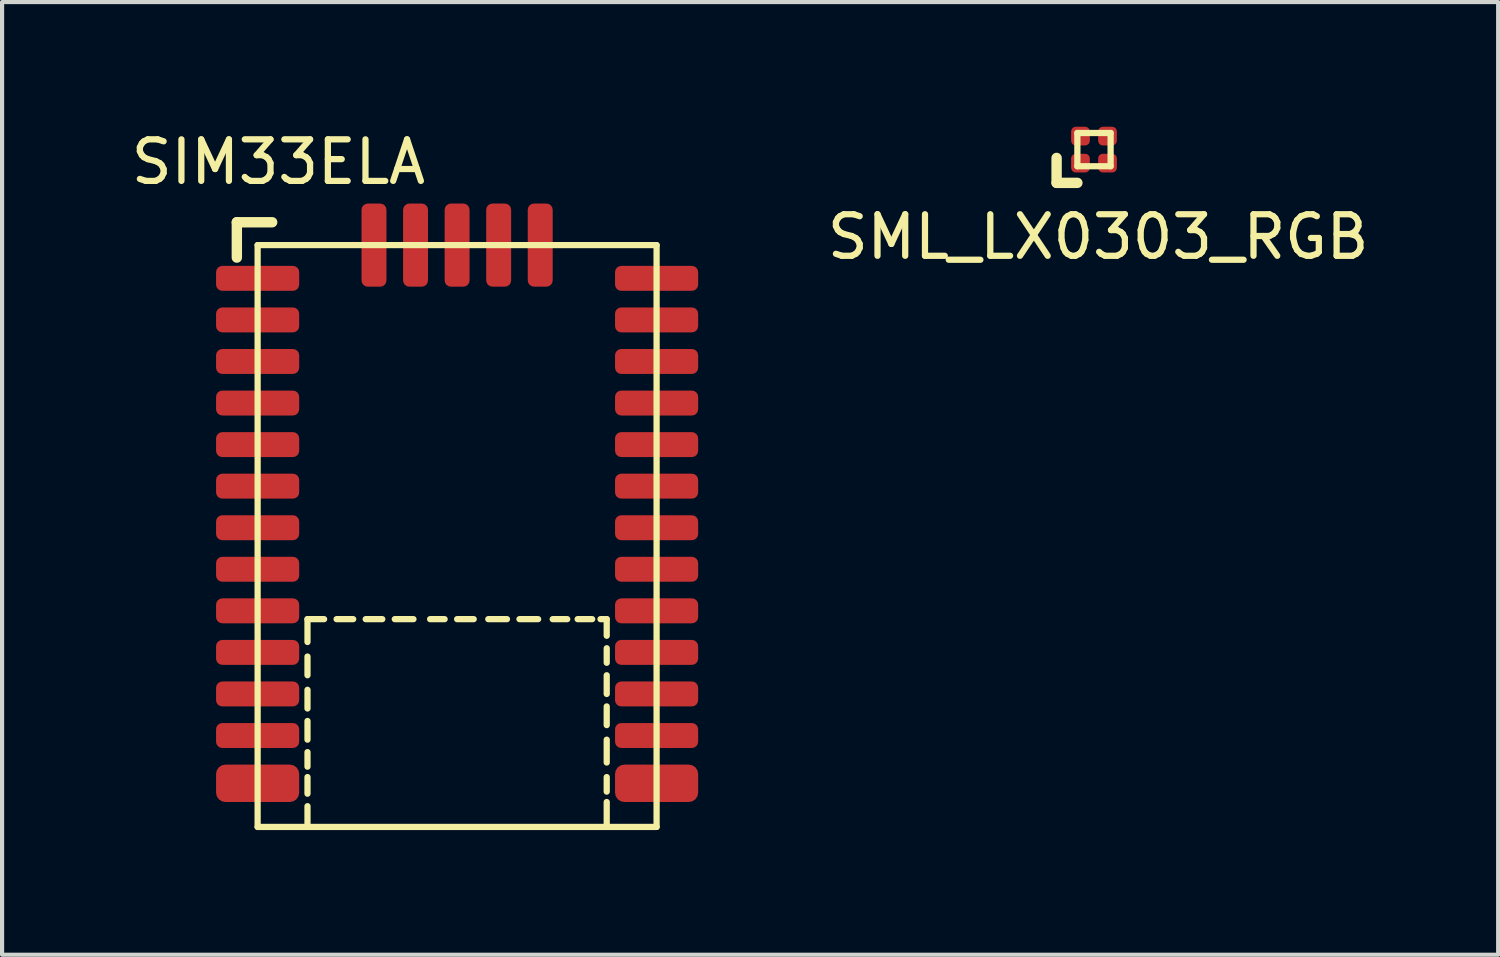
<source format=kicad_pcb>
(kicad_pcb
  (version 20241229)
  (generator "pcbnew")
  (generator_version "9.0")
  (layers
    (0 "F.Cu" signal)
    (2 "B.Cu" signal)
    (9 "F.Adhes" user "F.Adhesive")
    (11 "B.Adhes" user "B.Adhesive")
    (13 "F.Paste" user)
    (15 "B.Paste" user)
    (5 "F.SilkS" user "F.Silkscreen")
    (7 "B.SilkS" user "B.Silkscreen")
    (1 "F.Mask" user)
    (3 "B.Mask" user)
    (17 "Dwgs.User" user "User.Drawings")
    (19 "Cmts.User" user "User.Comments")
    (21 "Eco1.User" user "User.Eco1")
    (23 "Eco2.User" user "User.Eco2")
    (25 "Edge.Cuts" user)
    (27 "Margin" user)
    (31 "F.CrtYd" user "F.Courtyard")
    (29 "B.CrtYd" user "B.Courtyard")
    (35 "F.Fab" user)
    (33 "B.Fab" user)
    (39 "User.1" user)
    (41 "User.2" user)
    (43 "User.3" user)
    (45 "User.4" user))
  (footprint "SIM33ELA"
    (layer "F.Cu")
    (at 7.949 9.848)
    (property "Reference" "SIM33ELA" (at -4.3 -9 0) (layer "F.SilkS") (effects (font (size 1 1) (thickness 0.15))))
    (attr through_hole)
    (fp_line (start -5.3 -7.55) (end -4.45 -7.55) (stroke (width 0.25) (type solid)) (layer "F.SilkS"))
    (fp_line (start -5.3 -6.7) (end -5.3 -7.55) (stroke (width 0.25) (type solid)) (layer "F.SilkS"))
    (fp_line (start -4.8 -7) (end -4.8 7) (stroke (width 0.15) (type solid)) (layer "F.SilkS"))
    (fp_line (start -4.8 7) (end 4.8 7) (stroke (width 0.15) (type solid)) (layer "F.SilkS"))
    (fp_line (start -3.6 2) (end -3.2 2) (stroke (width 0.15) (type solid)) (layer "F.SilkS"))
    (fp_line (start -3.6 2.55) (end -3.6 2) (stroke (width 0.15) (type solid)) (layer "F.SilkS"))
    (fp_line (start -3.6 3.35) (end -3.6 2.9) (stroke (width 0.15) (type solid)) (layer "F.SilkS"))
    (fp_line (start -3.6 4.15) (end -3.6 3.7) (stroke (width 0.15) (type solid)) (layer "F.SilkS"))
    (fp_line (start -3.6 4.9) (end -3.6 4.45) (stroke (width 0.15) (type solid)) (layer "F.SilkS"))
    (fp_line (start -3.6 5.55) (end -3.6 5.2) (stroke (width 0.15) (type solid)) (layer "F.SilkS"))
    (fp_line (start -3.6 6.2) (end -3.6 5.8) (stroke (width 0.15) (type solid)) (layer "F.SilkS"))
    (fp_line (start -3.6 7) (end -3.6 6.5) (stroke (width 0.15) (type solid)) (layer "F.SilkS"))
    (fp_line (start -2.9 2) (end -2.5 2) (stroke (width 0.15) (type solid)) (layer "F.SilkS"))
    (fp_line (start -2.2 2) (end -1.8 2) (stroke (width 0.15) (type solid)) (layer "F.SilkS"))
    (fp_line (start -1.5 2) (end -1.05 2) (stroke (width 0.15) (type solid)) (layer "F.SilkS"))
    (fp_line (start -0.65 2) (end -0.3 2) (stroke (width 0.15) (type solid)) (layer "F.SilkS"))
    (fp_line (start 0 2) (end 0.4 2) (stroke (width 0.15) (type solid)) (layer "F.SilkS"))
    (fp_line (start 0.75 2) (end 1.2 2) (stroke (width 0.15) (type solid)) (layer "F.SilkS"))
    (fp_line (start 1.5 2) (end 1.95 2) (stroke (width 0.15) (type solid)) (layer "F.SilkS"))
    (fp_line (start 2.3 2) (end 2.65 2) (stroke (width 0.15) (type solid)) (layer "F.SilkS"))
    (fp_line (start 2.9 2) (end 3.25 2) (stroke (width 0.15) (type solid)) (layer "F.SilkS"))
    (fp_line (start 3.45 2) (end 3.6 2) (stroke (width 0.15) (type solid)) (layer "F.SilkS"))
    (fp_line (start 3.6 2) (end 3.6 2.4) (stroke (width 0.15) (type solid)) (layer "F.SilkS"))
    (fp_line (start 3.6 2.7) (end 3.6 3.05) (stroke (width 0.15) (type solid)) (layer "F.SilkS"))
    (fp_line (start 3.6 3.35) (end 3.6 3.8) (stroke (width 0.15) (type solid)) (layer "F.SilkS"))
    (fp_line (start 3.6 4.1) (end 3.6 4.55) (stroke (width 0.15) (type solid)) (layer "F.SilkS"))
    (fp_line (start 3.6 4.9) (end 3.6 5.45) (stroke (width 0.15) (type solid)) (layer "F.SilkS"))
    (fp_line (start 3.6 5.8) (end 3.6 6.15) (stroke (width 0.15) (type solid)) (layer "F.SilkS"))
    (fp_line (start 3.6 6.4) (end 3.6 7) (stroke (width 0.15) (type solid)) (layer "F.SilkS"))
    (fp_line (start 4.8 -7) (end -4.8 -7) (stroke (width 0.15) (type solid)) (layer "F.SilkS"))
    (fp_line (start 4.8 7) (end 4.8 -7) (stroke (width 0.15) (type solid)) (layer "F.SilkS"))
    (pad "1" smd roundrect (at -4.8 -6.2) (size 2 0.6) (layers "F.Cu" "F.Mask" "F.Paste") (roundrect_rratio 0.25))
    (pad "2" smd roundrect (at -4.8 -5.2) (size 2 0.6) (layers "F.Cu" "F.Mask" "F.Paste") (roundrect_rratio 0.25))
    (pad "3" smd roundrect (at -4.8 -4.2) (size 2 0.6) (layers "F.Cu" "F.Mask" "F.Paste") (roundrect_rratio 0.25))
    (pad "4" smd roundrect (at -4.8 -3.2) (size 2 0.6) (layers "F.Cu" "F.Mask" "F.Paste") (roundrect_rratio 0.25))
    (pad "5" smd roundrect (at -4.8 -2.2) (size 2 0.6) (layers "F.Cu" "F.Mask" "F.Paste") (roundrect_rratio 0.25))
    (pad "6" smd roundrect (at -4.8 -1.2) (size 2 0.6) (layers "F.Cu" "F.Mask" "F.Paste") (roundrect_rratio 0.25))
    (pad "7" smd roundrect (at -4.8 -0.2) (size 2 0.6) (layers "F.Cu" "F.Mask" "F.Paste") (roundrect_rratio 0.25))
    (pad "8" smd roundrect (at -4.8 0.8) (size 2 0.6) (layers "F.Cu" "F.Mask" "F.Paste") (roundrect_rratio 0.25))
    (pad "9" smd roundrect (at -4.8 1.8) (size 2 0.6) (layers "F.Cu" "F.Mask" "F.Paste") (roundrect_rratio 0.25))
    (pad "10" smd roundrect (at -4.8 2.8) (size 2 0.6) (layers "F.Cu" "F.Mask" "F.Paste") (roundrect_rratio 0.25))
    (pad "11" smd roundrect (at -4.8 3.8) (size 2 0.6) (layers "F.Cu" "F.Mask" "F.Paste") (roundrect_rratio 0.25))
    (pad "12" smd roundrect (at -4.8 4.8) (size 2 0.6) (layers "F.Cu" "F.Mask" "F.Paste") (roundrect_rratio 0.25))
    (pad "13" smd roundrect (at -4.8 5.95) (size 2 0.9) (layers "F.Cu" "F.Mask" "F.Paste") (roundrect_rratio 0.25))
    (pad "14" smd roundrect (at 4.8 5.95) (size 2 0.9) (layers "F.Cu" "F.Mask" "F.Paste") (roundrect_rratio 0.25))
    (pad "15" smd roundrect (at 4.8 4.8) (size 2 0.6) (layers "F.Cu" "F.Mask" "F.Paste") (roundrect_rratio 0.25))
    (pad "16" smd roundrect (at 4.8 3.8) (size 2 0.6) (layers "F.Cu" "F.Mask" "F.Paste") (roundrect_rratio 0.25))
    (pad "17" smd roundrect (at 4.8 2.8) (size 2 0.6) (layers "F.Cu" "F.Mask" "F.Paste") (roundrect_rratio 0.25))
    (pad "18" smd roundrect (at 4.8 1.8) (size 2 0.6) (layers "F.Cu" "F.Mask" "F.Paste") (roundrect_rratio 0.25))
    (pad "19" smd roundrect (at 4.8 0.8) (size 2 0.6) (layers "F.Cu" "F.Mask" "F.Paste") (roundrect_rratio 0.25))
    (pad "20" smd roundrect (at 4.8 -0.2) (size 2 0.6) (layers "F.Cu" "F.Mask" "F.Paste") (roundrect_rratio 0.25))
    (pad "21" smd roundrect (at 4.8 -1.2) (size 2 0.6) (layers "F.Cu" "F.Mask" "F.Paste") (roundrect_rratio 0.25))
    (pad "22" smd roundrect (at 4.8 -2.2) (size 2 0.6) (layers "F.Cu" "F.Mask" "F.Paste") (roundrect_rratio 0.25))
    (pad "23" smd roundrect (at 4.8 -3.2) (size 2 0.6) (layers "F.Cu" "F.Mask" "F.Paste") (roundrect_rratio 0.25))
    (pad "24" smd roundrect (at 4.8 -4.2) (size 2 0.6) (layers "F.Cu" "F.Mask" "F.Paste") (roundrect_rratio 0.25))
    (pad "25" smd roundrect (at 4.8 -5.2) (size 2 0.6) (layers "F.Cu" "F.Mask" "F.Paste") (roundrect_rratio 0.25))
    (pad "26" smd roundrect (at 4.8 -6.2) (size 2 0.6) (layers "F.Cu" "F.Mask" "F.Paste") (roundrect_rratio 0.25))
    (pad "27" smd roundrect (at 2 -7 90) (size 2 0.6) (layers "F.Cu" "F.Mask" "F.Paste") (roundrect_rratio 0.25))
    (pad "28" smd roundrect (at 1 -7 90) (size 2 0.6) (layers "F.Cu" "F.Mask" "F.Paste") (roundrect_rratio 0.25))
    (pad "29" smd roundrect (at 0 -7 90) (size 2 0.6) (layers "F.Cu" "F.Mask" "F.Paste") (roundrect_rratio 0.25))
    (pad "30" smd roundrect (at -1 -7 90) (size 2 0.6) (layers "F.Cu" "F.Mask" "F.Paste") (roundrect_rratio 0.25))
    (pad "31" smd roundrect (at -2 -7 90) (size 2 0.6) (layers "F.Cu" "F.Mask" "F.Paste") (roundrect_rratio 0.25)))
  (footprint "SML_LX0303_RGB"
    (layer "F.Cu")
    (at 23.274 0.55)
    (property "Reference" "SML_LX0303_RGB" (at 0.1 2.1 0) (layer "F.SilkS") (effects (font (size 1 1) (thickness 0.15))))
    (attr through_hole)
    (fp_line (start -0.9 0.2) (end -0.9 0.8) (stroke (width 0.25) (type solid)) (layer "F.SilkS"))
    (fp_line (start -0.9 0.8) (end -0.4 0.8) (stroke (width 0.25) (type solid)) (layer "F.SilkS"))
    (fp_line (start -0.4 -0.4) (end -0.4 0.4) (stroke (width 0.15) (type solid)) (layer "F.SilkS"))
    (fp_line (start -0.4 0.4) (end 0.4 0.4) (stroke (width 0.15) (type solid)) (layer "F.SilkS"))
    (fp_line (start 0.4 -0.4) (end -0.4 -0.4) (stroke (width 0.15) (type solid)) (layer "F.SilkS"))
    (fp_line (start 0.4 0.4) (end 0.4 -0.4) (stroke (width 0.15) (type solid)) (layer "F.SilkS"))
    (pad "1" smd roundrect (at -0.325 0.325) (size 0.45 0.45) (layers "F.Cu" "F.Mask" "F.Paste") (roundrect_rratio 0.25))
    (pad "2" smd roundrect (at 0.325 0.325) (size 0.45 0.45) (layers "F.Cu" "F.Mask" "F.Paste") (roundrect_rratio 0.25))
    (pad "3" smd roundrect (at 0.325 -0.325) (size 0.45 0.45) (layers "F.Cu" "F.Mask" "F.Paste") (roundrect_rratio 0.25))
    (pad "4" smd roundrect (at -0.325 -0.325) (size 0.45 0.45) (layers "F.Cu" "F.Mask" "F.Paste") (roundrect_rratio 0.25)))
  (gr_rect
    (start -3 -3)
    (end 32.999 19.923)
    (stroke (width 0.1) (type default))
    (fill no)
    (layer "Edge.Cuts")))
</source>
